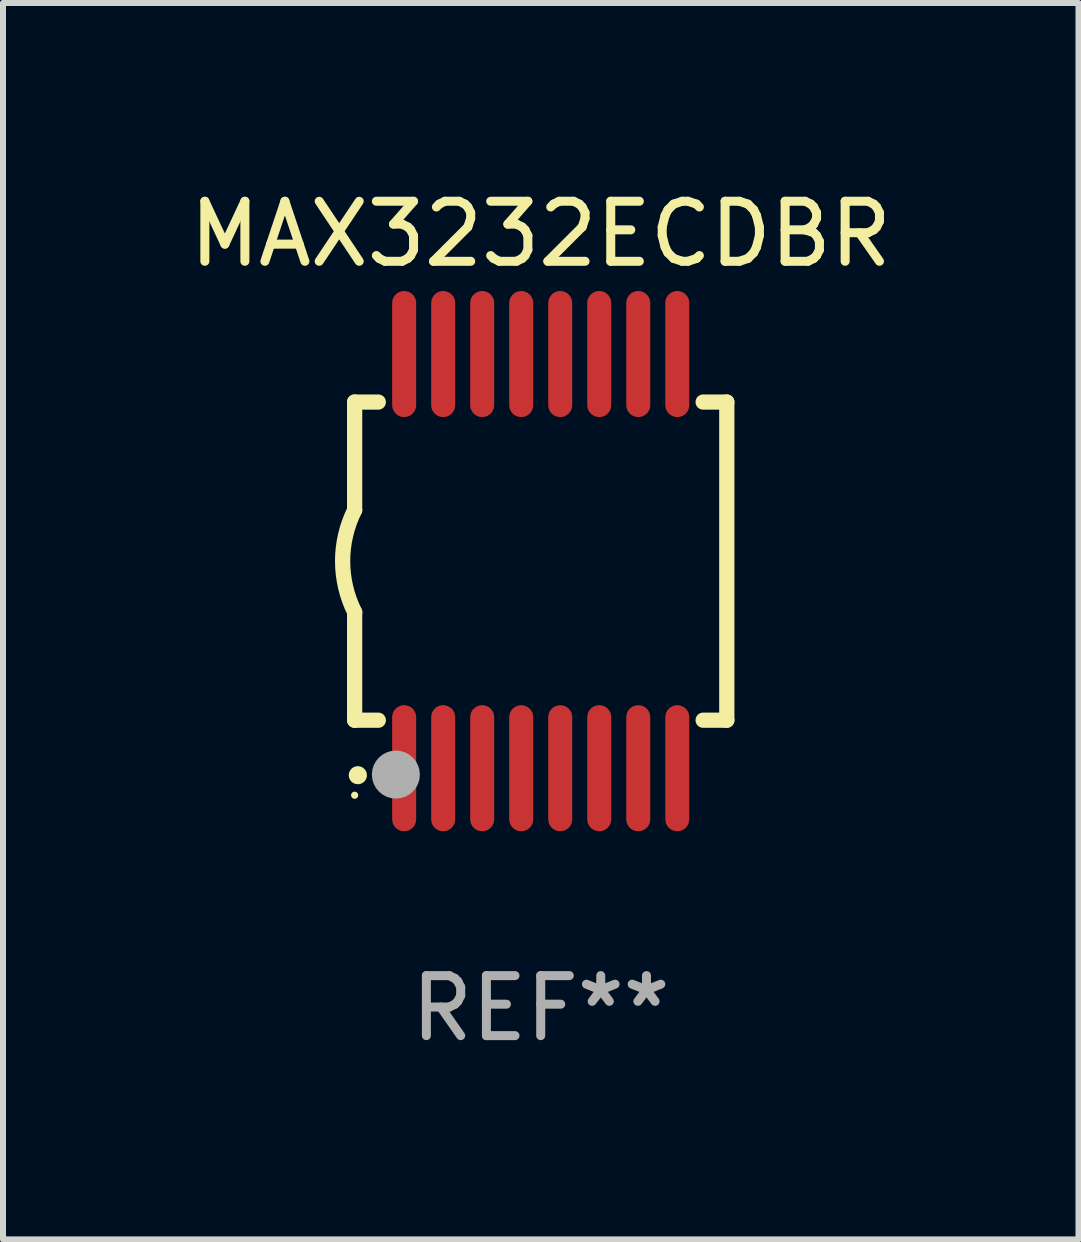
<source format=kicad_pcb>
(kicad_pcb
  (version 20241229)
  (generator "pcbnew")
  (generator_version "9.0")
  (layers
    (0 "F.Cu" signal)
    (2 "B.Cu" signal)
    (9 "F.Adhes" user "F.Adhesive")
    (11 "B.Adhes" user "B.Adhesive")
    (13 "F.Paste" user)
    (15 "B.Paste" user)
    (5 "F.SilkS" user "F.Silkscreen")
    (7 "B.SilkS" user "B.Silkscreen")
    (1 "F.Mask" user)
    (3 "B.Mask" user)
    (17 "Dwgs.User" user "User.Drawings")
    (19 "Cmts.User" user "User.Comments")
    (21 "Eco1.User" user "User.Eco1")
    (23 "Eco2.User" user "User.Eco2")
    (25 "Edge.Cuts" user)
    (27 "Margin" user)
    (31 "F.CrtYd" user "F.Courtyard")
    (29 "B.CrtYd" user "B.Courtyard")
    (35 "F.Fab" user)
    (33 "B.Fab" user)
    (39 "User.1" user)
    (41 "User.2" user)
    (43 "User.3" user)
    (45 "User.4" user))
  (footprint "MAX3232ECDBR"
    (layer "F.Cu")
    (at 5.958 6.298)
    (property "Reference" "MAX3232ECDBR" (at 0 -5.45 0) (layer "F.SilkS") (effects (font (size 1 1) (thickness 0.15))))
    (attr through_hole)
    (fp_line (start -3.1 -2.65) (end -3.1 -0.85) (stroke (width 0.254) (type solid)) (layer "F.SilkS"))
    (fp_line (start -3.1 -2.65) (end -2.706 -2.65) (stroke (width 0.254) (type solid)) (layer "F.SilkS"))
    (fp_line (start -3.1 2.65) (end -3.1 0.85) (stroke (width 0.254) (type solid)) (layer "F.SilkS"))
    (fp_line (start -3.1 2.65) (end -2.706 2.65) (stroke (width 0.254) (type solid)) (layer "F.SilkS"))
    (fp_line (start 2.706 -2.65) (end 3.1 -2.65) (stroke (width 0.254) (type solid)) (layer "F.SilkS"))
    (fp_line (start 2.706 2.65) (end 3.1 2.65) (stroke (width 0.254) (type solid)) (layer "F.SilkS"))
    (fp_line (start 3.1 -2.65) (end 3.1 2.65) (stroke (width 0.254) (type solid)) (layer "F.SilkS"))
    (fp_arc (start -3.098907 0.850902) (mid -3.300057 0.000523) (end -3.1 -0.850114) (stroke (width 0.254001) (type solid)) (layer "F.SilkS"))
    (fp_arc (start -3.048006 3.566066) (mid -3.046736 3.566061) (end -3.045466 3.566066) (stroke (width 0.3) (type solid)) (layer "F.SilkS"))
    (fp_circle (center -3.1 3.9) (end -3.07 3.9) (stroke (width 0.06) (type solid)) (fill no) (layer "F.SilkS"))
    (fp_circle (center -2.413 3.556) (end -2.213 3.556) (stroke (width 0.4) (type solid)) (fill no) (layer "F.Fab"))
    (fp_text user "REF**" (at 0 7.45 0) (layer "F.Fab") (effects (font (size 1 1) (thickness 0.15))))
    (pad "1" smd oval (at -2.275 3.45 180) (size 0.4 2.1) (layers "F.Cu" "F.Mask" "F.Paste"))
    (pad "2" smd oval (at -1.625 3.45 180) (size 0.4 2.1) (layers "F.Cu" "F.Mask" "F.Paste"))
    (pad "3" smd oval (at -0.975 3.45 180) (size 0.4 2.1) (layers "F.Cu" "F.Mask" "F.Paste"))
    (pad "4" smd oval (at -0.325 3.45 180) (size 0.4 2.1) (layers "F.Cu" "F.Mask" "F.Paste"))
    (pad "5" smd oval (at 0.325 3.45 180) (size 0.4 2.1) (layers "F.Cu" "F.Mask" "F.Paste"))
    (pad "6" smd oval (at 0.975 3.45 180) (size 0.4 2.1) (layers "F.Cu" "F.Mask" "F.Paste"))
    (pad "7" smd oval (at 1.625 3.45 180) (size 0.4 2.1) (layers "F.Cu" "F.Mask" "F.Paste"))
    (pad "8" smd oval (at 2.275 3.45 180) (size 0.4 2.1) (layers "F.Cu" "F.Mask" "F.Paste"))
    (pad "9" smd oval (at 2.275 -3.45 180) (size 0.4 2.1) (layers "F.Cu" "F.Mask" "F.Paste"))
    (pad "10" smd oval (at 1.625 -3.45 180) (size 0.4 2.1) (layers "F.Cu" "F.Mask" "F.Paste"))
    (pad "11" smd oval (at 0.975 -3.45 180) (size 0.4 2.1) (layers "F.Cu" "F.Mask" "F.Paste"))
    (pad "12" smd oval (at 0.325 -3.45 180) (size 0.4 2.1) (layers "F.Cu" "F.Mask" "F.Paste"))
    (pad "13" smd oval (at -0.325 -3.45 180) (size 0.4 2.1) (layers "F.Cu" "F.Mask" "F.Paste"))
    (pad "14" smd oval (at -0.975 -3.45 180) (size 0.4 2.1) (layers "F.Cu" "F.Mask" "F.Paste"))
    (pad "15" smd oval (at -1.625 -3.45 180) (size 0.4 2.1) (layers "F.Cu" "F.Mask" "F.Paste"))
    (pad "16" smd oval (at -2.275 -3.45 180) (size 0.4 2.1) (layers "F.Cu" "F.Mask" "F.Paste")))
  (gr_rect
    (start -3 -3)
    (end 14.917 17.597)
    (stroke (width 0.1) (type default))
    (fill no)
    (layer "Edge.Cuts")))
</source>
